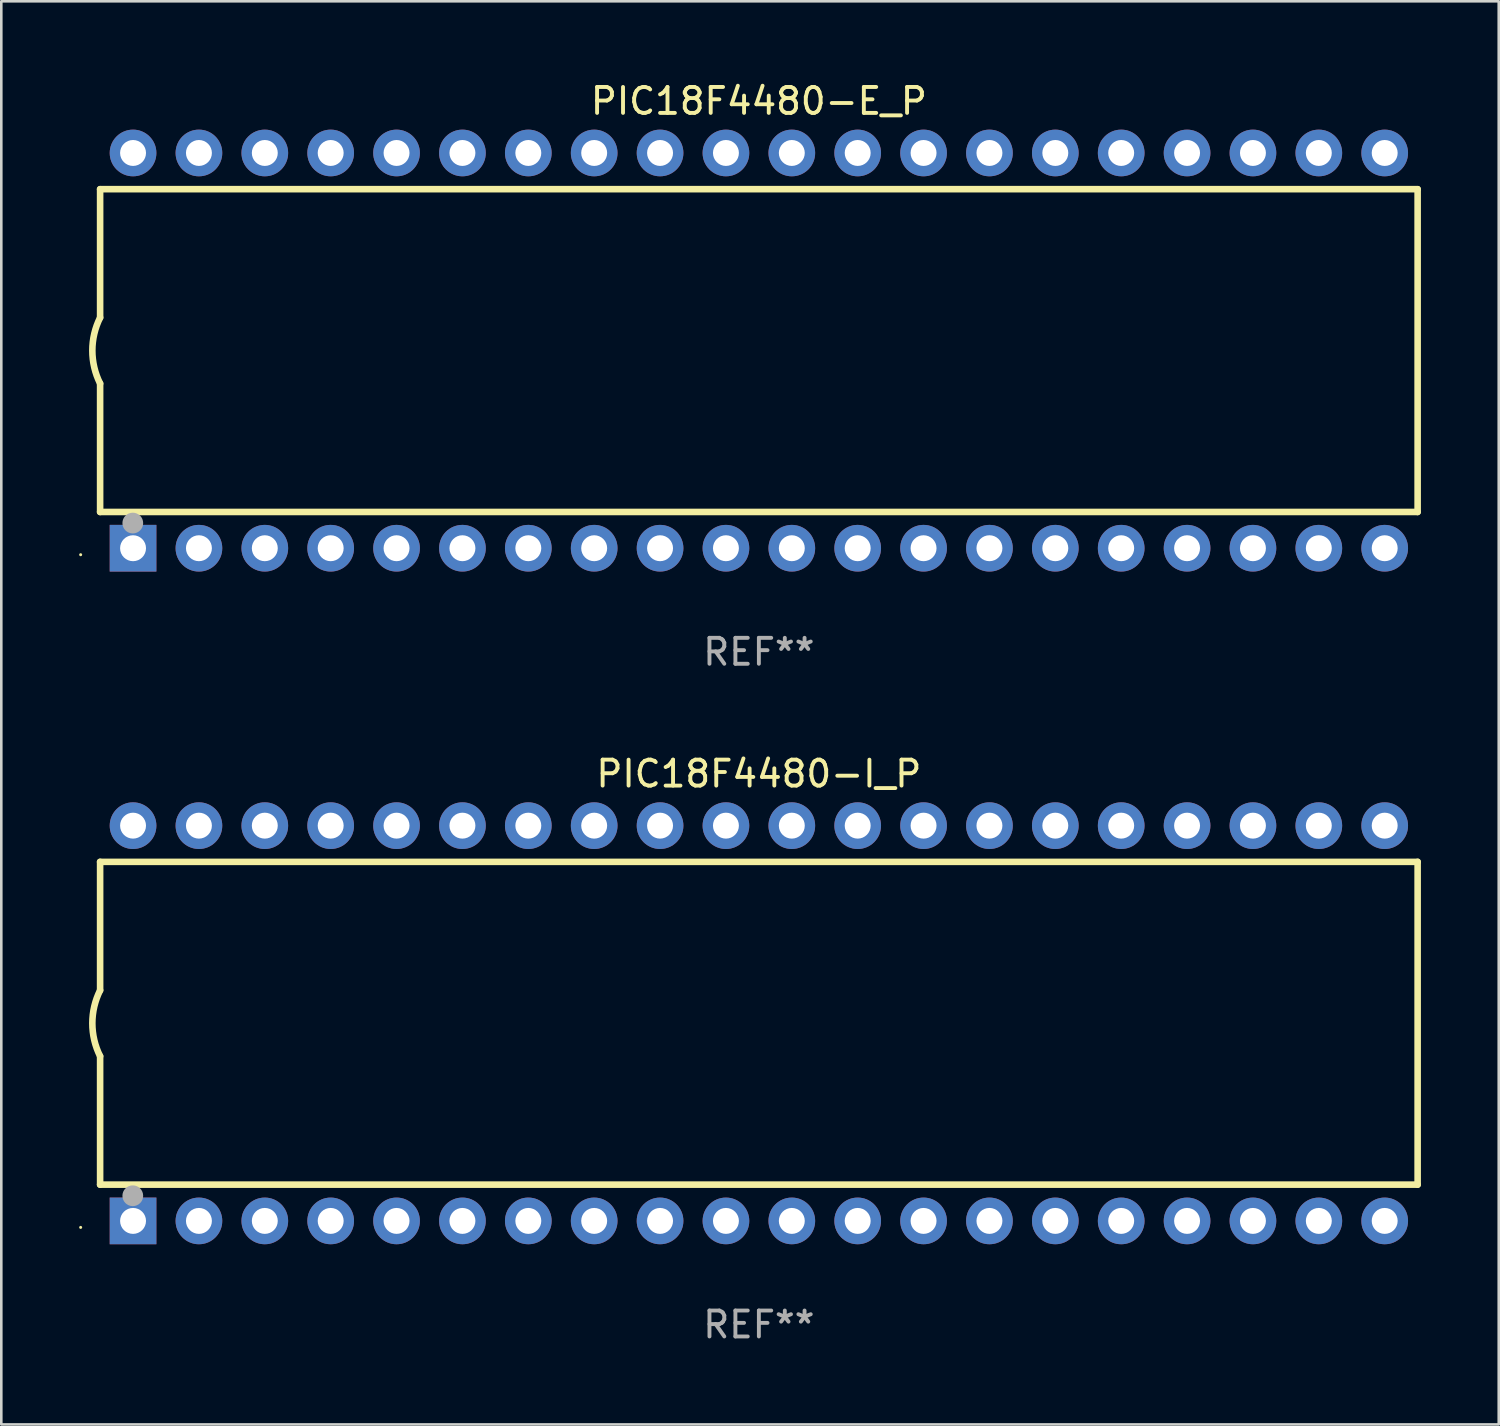
<source format=kicad_pcb>
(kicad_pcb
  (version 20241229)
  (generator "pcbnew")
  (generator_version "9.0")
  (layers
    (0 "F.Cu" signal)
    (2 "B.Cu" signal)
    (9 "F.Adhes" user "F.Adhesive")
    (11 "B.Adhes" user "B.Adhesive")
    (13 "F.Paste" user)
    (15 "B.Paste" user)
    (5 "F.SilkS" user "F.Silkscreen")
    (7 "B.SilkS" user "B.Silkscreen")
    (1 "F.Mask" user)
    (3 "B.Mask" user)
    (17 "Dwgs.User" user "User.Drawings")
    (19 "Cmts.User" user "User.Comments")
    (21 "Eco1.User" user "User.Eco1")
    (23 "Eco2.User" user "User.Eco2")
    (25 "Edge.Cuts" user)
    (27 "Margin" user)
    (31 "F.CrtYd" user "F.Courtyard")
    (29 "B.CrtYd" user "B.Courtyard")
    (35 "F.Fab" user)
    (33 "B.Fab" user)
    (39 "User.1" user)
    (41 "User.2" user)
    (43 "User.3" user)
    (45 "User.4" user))
  (footprint "PIC18F4480-I_P"
    (layer "F.Cu")
    (at 26.21 36.405)
    (property "Reference" "PIC18F4480-I_P" (at 0 -9.62 0) (layer "F.SilkS") (effects (font (size 1 1) (thickness 0.15))))
    (attr through_hole)
    (fp_line (start -25.4 -6.224) (end -25.4 -1.271) (stroke (width 0.254) (type solid)) (layer "F.SilkS"))
    (fp_line (start -25.4 -6.224) (end 25.4 -6.224) (stroke (width 0.254) (type solid)) (layer "F.SilkS"))
    (fp_line (start -25.4 1.269) (end -25.4 6.222) (stroke (width 0.254) (type solid)) (layer "F.SilkS"))
    (fp_line (start -25.4 6.222) (end 25.4 6.222) (stroke (width 0.254) (type solid)) (layer "F.SilkS"))
    (fp_line (start 25.4 6.222) (end 25.4 -6.224) (stroke (width 0.254) (type solid)) (layer "F.SilkS"))
    (fp_arc (start -25.4 1.269241) (mid -25.699807 -0.000762) (end -25.4 -1.270765) (stroke (width 0.254001) (type solid)) (layer "F.SilkS"))
    (fp_circle (center -26.15 7.87) (end -26.12 7.87) (stroke (width 0.06) (type solid)) (fill no) (layer "F.SilkS"))
    (fp_circle (center -24.14 6.65) (end -23.94 6.65) (stroke (width 0.4) (type solid)) (fill no) (layer "F.Fab"))
    (fp_text user "REF**" (at 0 11.62 0) (layer "F.Fab") (effects (font (size 1 1) (thickness 0.15))))
    (pad "1" thru_hole rect (at -24.13 7.62 90) (size 1.8 1.8) (drill 1) (layers "*.Cu" "*.Mask"))
    (pad "2" thru_hole circle (at -21.59 7.62) (size 1.8 1.8) (drill 1) (layers "*.Cu" "*.Mask"))
    (pad "3" thru_hole circle (at -19.05 7.62) (size 1.8 1.8) (drill 1) (layers "*.Cu" "*.Mask"))
    (pad "4" thru_hole circle (at -16.51 7.62) (size 1.8 1.8) (drill 1) (layers "*.Cu" "*.Mask"))
    (pad "5" thru_hole circle (at -13.97 7.62) (size 1.8 1.8) (drill 1) (layers "*.Cu" "*.Mask"))
    (pad "6" thru_hole circle (at -11.43 7.62) (size 1.8 1.8) (drill 1) (layers "*.Cu" "*.Mask"))
    (pad "7" thru_hole circle (at -8.89 7.62) (size 1.8 1.8) (drill 1) (layers "*.Cu" "*.Mask"))
    (pad "8" thru_hole circle (at -6.35 7.62) (size 1.8 1.8) (drill 1) (layers "*.Cu" "*.Mask"))
    (pad "9" thru_hole circle (at -3.81 7.62) (size 1.8 1.8) (drill 1) (layers "*.Cu" "*.Mask"))
    (pad "10" thru_hole circle (at -1.27 7.62) (size 1.8 1.8) (drill 1) (layers "*.Cu" "*.Mask"))
    (pad "11" thru_hole circle (at 1.27 7.62) (size 1.8 1.8) (drill 1) (layers "*.Cu" "*.Mask"))
    (pad "12" thru_hole circle (at 3.81 7.62) (size 1.8 1.8) (drill 1) (layers "*.Cu" "*.Mask"))
    (pad "13" thru_hole circle (at 6.35 7.62) (size 1.8 1.8) (drill 1) (layers "*.Cu" "*.Mask"))
    (pad "14" thru_hole circle (at 8.89 7.62) (size 1.8 1.8) (drill 1) (layers "*.Cu" "*.Mask"))
    (pad "15" thru_hole circle (at 11.43 7.62) (size 1.8 1.8) (drill 1) (layers "*.Cu" "*.Mask"))
    (pad "16" thru_hole circle (at 13.97 7.62) (size 1.8 1.8) (drill 1) (layers "*.Cu" "*.Mask"))
    (pad "17" thru_hole circle (at 16.51 7.62) (size 1.8 1.8) (drill 1) (layers "*.Cu" "*.Mask"))
    (pad "18" thru_hole circle (at 19.05 7.62) (size 1.8 1.8) (drill 1) (layers "*.Cu" "*.Mask"))
    (pad "19" thru_hole circle (at 21.59 7.62) (size 1.8 1.8) (drill 1) (layers "*.Cu" "*.Mask"))
    (pad "20" thru_hole circle (at 24.13 7.62) (size 1.8 1.8) (drill 1) (layers "*.Cu" "*.Mask"))
    (pad "21" thru_hole circle (at 24.13 -7.62) (size 1.8 1.8) (drill 1) (layers "*.Cu" "*.Mask"))
    (pad "22" thru_hole circle (at 21.59 -7.62) (size 1.8 1.8) (drill 1) (layers "*.Cu" "*.Mask"))
    (pad "23" thru_hole circle (at 19.05 -7.62) (size 1.8 1.8) (drill 1) (layers "*.Cu" "*.Mask"))
    (pad "24" thru_hole circle (at 16.51 -7.62) (size 1.8 1.8) (drill 1) (layers "*.Cu" "*.Mask"))
    (pad "25" thru_hole circle (at 13.97 -7.62) (size 1.8 1.8) (drill 1) (layers "*.Cu" "*.Mask"))
    (pad "26" thru_hole circle (at 11.43 -7.62) (size 1.8 1.8) (drill 1) (layers "*.Cu" "*.Mask"))
    (pad "27" thru_hole circle (at 8.89 -7.62) (size 1.8 1.8) (drill 1) (layers "*.Cu" "*.Mask"))
    (pad "28" thru_hole circle (at 6.35 -7.62) (size 1.8 1.8) (drill 1) (layers "*.Cu" "*.Mask"))
    (pad "29" thru_hole circle (at 3.81 -7.62) (size 1.8 1.8) (drill 1) (layers "*.Cu" "*.Mask"))
    (pad "30" thru_hole circle (at 1.27 -7.62) (size 1.8 1.8) (drill 1) (layers "*.Cu" "*.Mask"))
    (pad "31" thru_hole circle (at -1.27 -7.62) (size 1.8 1.8) (drill 1) (layers "*.Cu" "*.Mask"))
    (pad "32" thru_hole circle (at -3.81 -7.62) (size 1.8 1.8) (drill 1) (layers "*.Cu" "*.Mask"))
    (pad "33" thru_hole circle (at -6.35 -7.62) (size 1.8 1.8) (drill 1) (layers "*.Cu" "*.Mask"))
    (pad "34" thru_hole circle (at -8.89 -7.62) (size 1.8 1.8) (drill 1) (layers "*.Cu" "*.Mask"))
    (pad "35" thru_hole circle (at -11.43 -7.62) (size 1.8 1.8) (drill 1) (layers "*.Cu" "*.Mask"))
    (pad "36" thru_hole circle (at -13.97 -7.62) (size 1.8 1.8) (drill 1) (layers "*.Cu" "*.Mask"))
    (pad "37" thru_hole circle (at -16.51 -7.62) (size 1.8 1.8) (drill 1) (layers "*.Cu" "*.Mask"))
    (pad "38" thru_hole circle (at -19.05 -7.62) (size 1.8 1.8) (drill 1) (layers "*.Cu" "*.Mask"))
    (pad "39" thru_hole circle (at -21.59 -7.62) (size 1.8 1.8) (drill 1) (layers "*.Cu" "*.Mask"))
    (pad "40" thru_hole circle (at -24.13 -7.62) (size 1.8 1.8) (drill 1) (layers "*.Cu" "*.Mask")))
  (footprint "PIC18F4480-E_P"
    (layer "F.Cu")
    (at 26.21 10.468)
    (property "Reference" "PIC18F4480-E_P" (at 0 -9.62 0) (layer "F.SilkS") (effects (font (size 1 1) (thickness 0.15))))
    (attr through_hole)
    (fp_line (start -25.4 -6.224) (end -25.4 -1.271) (stroke (width 0.254) (type solid)) (layer "F.SilkS"))
    (fp_line (start -25.4 -6.224) (end 25.4 -6.224) (stroke (width 0.254) (type solid)) (layer "F.SilkS"))
    (fp_line (start -25.4 1.269) (end -25.4 6.222) (stroke (width 0.254) (type solid)) (layer "F.SilkS"))
    (fp_line (start -25.4 6.222) (end 25.4 6.222) (stroke (width 0.254) (type solid)) (layer "F.SilkS"))
    (fp_line (start 25.4 6.222) (end 25.4 -6.224) (stroke (width 0.254) (type solid)) (layer "F.SilkS"))
    (fp_arc (start -25.4 1.269241) (mid -25.699807 -0.000762) (end -25.4 -1.270765) (stroke (width 0.254001) (type solid)) (layer "F.SilkS"))
    (fp_circle (center -26.15 7.87) (end -26.12 7.87) (stroke (width 0.06) (type solid)) (fill no) (layer "F.SilkS"))
    (fp_circle (center -24.14 6.65) (end -23.94 6.65) (stroke (width 0.4) (type solid)) (fill no) (layer "F.Fab"))
    (fp_text user "REF**" (at 0 11.62 0) (layer "F.Fab") (effects (font (size 1 1) (thickness 0.15))))
    (pad "1" thru_hole rect (at -24.13 7.62 90) (size 1.8 1.8) (drill 1) (layers "*.Cu" "*.Mask"))
    (pad "2" thru_hole circle (at -21.59 7.62) (size 1.8 1.8) (drill 1) (layers "*.Cu" "*.Mask"))
    (pad "3" thru_hole circle (at -19.05 7.62) (size 1.8 1.8) (drill 1) (layers "*.Cu" "*.Mask"))
    (pad "4" thru_hole circle (at -16.51 7.62) (size 1.8 1.8) (drill 1) (layers "*.Cu" "*.Mask"))
    (pad "5" thru_hole circle (at -13.97 7.62) (size 1.8 1.8) (drill 1) (layers "*.Cu" "*.Mask"))
    (pad "6" thru_hole circle (at -11.43 7.62) (size 1.8 1.8) (drill 1) (layers "*.Cu" "*.Mask"))
    (pad "7" thru_hole circle (at -8.89 7.62) (size 1.8 1.8) (drill 1) (layers "*.Cu" "*.Mask"))
    (pad "8" thru_hole circle (at -6.35 7.62) (size 1.8 1.8) (drill 1) (layers "*.Cu" "*.Mask"))
    (pad "9" thru_hole circle (at -3.81 7.62) (size 1.8 1.8) (drill 1) (layers "*.Cu" "*.Mask"))
    (pad "10" thru_hole circle (at -1.27 7.62) (size 1.8 1.8) (drill 1) (layers "*.Cu" "*.Mask"))
    (pad "11" thru_hole circle (at 1.27 7.62) (size 1.8 1.8) (drill 1) (layers "*.Cu" "*.Mask"))
    (pad "12" thru_hole circle (at 3.81 7.62) (size 1.8 1.8) (drill 1) (layers "*.Cu" "*.Mask"))
    (pad "13" thru_hole circle (at 6.35 7.62) (size 1.8 1.8) (drill 1) (layers "*.Cu" "*.Mask"))
    (pad "14" thru_hole circle (at 8.89 7.62) (size 1.8 1.8) (drill 1) (layers "*.Cu" "*.Mask"))
    (pad "15" thru_hole circle (at 11.43 7.62) (size 1.8 1.8) (drill 1) (layers "*.Cu" "*.Mask"))
    (pad "16" thru_hole circle (at 13.97 7.62) (size 1.8 1.8) (drill 1) (layers "*.Cu" "*.Mask"))
    (pad "17" thru_hole circle (at 16.51 7.62) (size 1.8 1.8) (drill 1) (layers "*.Cu" "*.Mask"))
    (pad "18" thru_hole circle (at 19.05 7.62) (size 1.8 1.8) (drill 1) (layers "*.Cu" "*.Mask"))
    (pad "19" thru_hole circle (at 21.59 7.62) (size 1.8 1.8) (drill 1) (layers "*.Cu" "*.Mask"))
    (pad "20" thru_hole circle (at 24.13 7.62) (size 1.8 1.8) (drill 1) (layers "*.Cu" "*.Mask"))
    (pad "21" thru_hole circle (at 24.13 -7.62) (size 1.8 1.8) (drill 1) (layers "*.Cu" "*.Mask"))
    (pad "22" thru_hole circle (at 21.59 -7.62) (size 1.8 1.8) (drill 1) (layers "*.Cu" "*.Mask"))
    (pad "23" thru_hole circle (at 19.05 -7.62) (size 1.8 1.8) (drill 1) (layers "*.Cu" "*.Mask"))
    (pad "24" thru_hole circle (at 16.51 -7.62) (size 1.8 1.8) (drill 1) (layers "*.Cu" "*.Mask"))
    (pad "25" thru_hole circle (at 13.97 -7.62) (size 1.8 1.8) (drill 1) (layers "*.Cu" "*.Mask"))
    (pad "26" thru_hole circle (at 11.43 -7.62) (size 1.8 1.8) (drill 1) (layers "*.Cu" "*.Mask"))
    (pad "27" thru_hole circle (at 8.89 -7.62) (size 1.8 1.8) (drill 1) (layers "*.Cu" "*.Mask"))
    (pad "28" thru_hole circle (at 6.35 -7.62) (size 1.8 1.8) (drill 1) (layers "*.Cu" "*.Mask"))
    (pad "29" thru_hole circle (at 3.81 -7.62) (size 1.8 1.8) (drill 1) (layers "*.Cu" "*.Mask"))
    (pad "30" thru_hole circle (at 1.27 -7.62) (size 1.8 1.8) (drill 1) (layers "*.Cu" "*.Mask"))
    (pad "31" thru_hole circle (at -1.27 -7.62) (size 1.8 1.8) (drill 1) (layers "*.Cu" "*.Mask"))
    (pad "32" thru_hole circle (at -3.81 -7.62) (size 1.8 1.8) (drill 1) (layers "*.Cu" "*.Mask"))
    (pad "33" thru_hole circle (at -6.35 -7.62) (size 1.8 1.8) (drill 1) (layers "*.Cu" "*.Mask"))
    (pad "34" thru_hole circle (at -8.89 -7.62) (size 1.8 1.8) (drill 1) (layers "*.Cu" "*.Mask"))
    (pad "35" thru_hole circle (at -11.43 -7.62) (size 1.8 1.8) (drill 1) (layers "*.Cu" "*.Mask"))
    (pad "36" thru_hole circle (at -13.97 -7.62) (size 1.8 1.8) (drill 1) (layers "*.Cu" "*.Mask"))
    (pad "37" thru_hole circle (at -16.51 -7.62) (size 1.8 1.8) (drill 1) (layers "*.Cu" "*.Mask"))
    (pad "38" thru_hole circle (at -19.05 -7.62) (size 1.8 1.8) (drill 1) (layers "*.Cu" "*.Mask"))
    (pad "39" thru_hole circle (at -21.59 -7.62) (size 1.8 1.8) (drill 1) (layers "*.Cu" "*.Mask"))
    (pad "40" thru_hole circle (at -24.13 -7.62) (size 1.8 1.8) (drill 1) (layers "*.Cu" "*.Mask")))
  (gr_rect
    (start -3 -3)
    (end 54.737 51.873)
    (stroke (width 0.1) (type default))
    (fill no)
    (layer "Edge.Cuts")))
</source>
